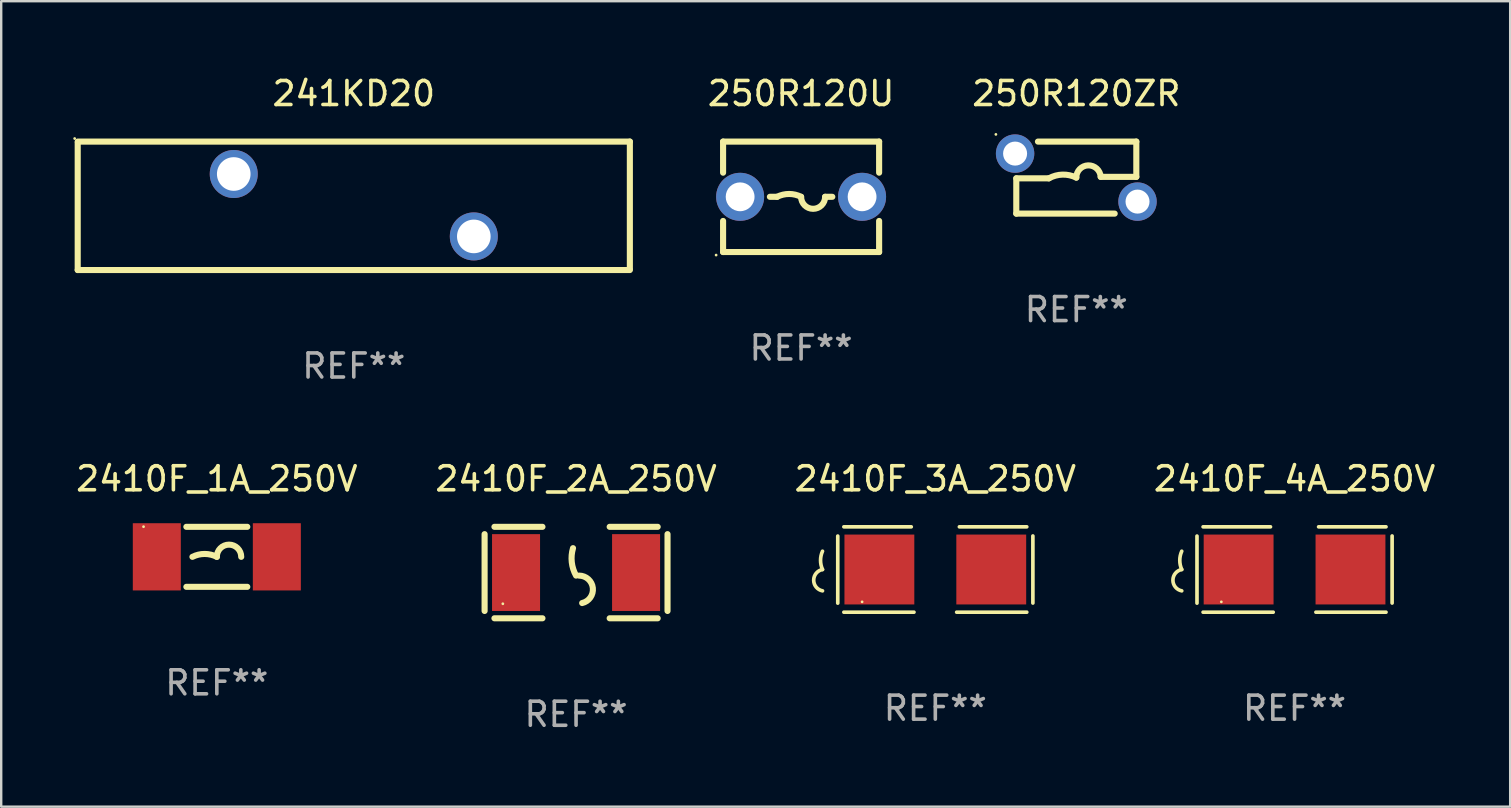
<source format=kicad_pcb>
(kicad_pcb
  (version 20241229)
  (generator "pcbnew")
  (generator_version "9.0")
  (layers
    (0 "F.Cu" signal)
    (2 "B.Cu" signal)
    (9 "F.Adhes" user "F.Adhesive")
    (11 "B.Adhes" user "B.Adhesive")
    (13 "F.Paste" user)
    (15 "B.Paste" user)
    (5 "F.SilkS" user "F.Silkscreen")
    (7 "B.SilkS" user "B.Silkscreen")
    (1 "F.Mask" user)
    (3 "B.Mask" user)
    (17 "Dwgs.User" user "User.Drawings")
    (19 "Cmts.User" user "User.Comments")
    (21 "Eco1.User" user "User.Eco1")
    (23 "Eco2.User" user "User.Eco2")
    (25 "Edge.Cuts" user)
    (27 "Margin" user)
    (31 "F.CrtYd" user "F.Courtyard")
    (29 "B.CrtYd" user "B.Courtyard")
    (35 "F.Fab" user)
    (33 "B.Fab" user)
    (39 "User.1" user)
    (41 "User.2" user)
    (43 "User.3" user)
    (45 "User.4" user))
  (footprint "250R120U"
    (layer "F.Cu")
    (at 30.32 5.148)
    (property "Reference" "250R120U" (at 0 -4.3 0) (layer "F.SilkS") (effects (font (size 1 1) (thickness 0.15))))
    (attr through_hole)
    (fp_line (start -3.25 -2.3) (end -3.25 -1.005) (stroke (width 0.254) (type solid)) (layer "F.SilkS"))
    (fp_line (start -3.25 -2.3) (end 3.25 -2.3) (stroke (width 0.254) (type solid)) (layer "F.SilkS"))
    (fp_line (start -3.25 1.005) (end -3.25 2.3) (stroke (width 0.254) (type solid)) (layer "F.SilkS"))
    (fp_line (start -1 0) (end -1.3 0) (stroke (width 0.254) (type solid)) (layer "F.SilkS"))
    (fp_line (start 1 0) (end 1.3 0) (stroke (width 0.254) (type solid)) (layer "F.SilkS"))
    (fp_line (start 3.25 -2.3) (end 3.25 -1.005) (stroke (width 0.254) (type solid)) (layer "F.SilkS"))
    (fp_line (start 3.25 1.005) (end 3.25 2.3) (stroke (width 0.254) (type solid)) (layer "F.SilkS"))
    (fp_line (start 3.25 2.3) (end -3.25 2.3) (stroke (width 0.254) (type solid)) (layer "F.SilkS"))
    (fp_arc (start -1.000762 0) (mid -0.500381 -0.118151) (end 0 0) (stroke (width 0.254001) (type solid)) (layer "F.SilkS"))
    (fp_arc (start 1.000762 0) (mid 0.500381 0.500127) (end 0 0) (stroke (width 0.254001) (type solid)) (layer "F.SilkS"))
    (fp_circle (center -3.54 2.427) (end -3.51 2.427) (stroke (width 0.06) (type solid)) (fill no) (layer "F.SilkS"))
    (fp_text user "REF**" (at 0 6.3 0) (layer "F.Fab") (effects (font (size 1 1) (thickness 0.15))))
    (pad "1" thru_hole circle (at -2.54 0) (size 2 2) (drill 1.2) (layers "*.Cu" "*.Mask"))
    (pad "2" thru_hole circle (at 2.54 0) (size 2 2) (drill 1.2) (layers "*.Cu" "*.Mask")))
  (footprint "2410F_2A_250V"
    (layer "F.Cu")
    (at 20.946 20.8)
    (property "Reference" "2410F_2A_250V" (at 0 -3.905 0) (layer "F.SilkS") (effects (font (size 1 1) (thickness 0.15))))
    (attr through_hole)
    (fp_line (start -3.81 -1.6) (end -3.81 1.6) (stroke (width 0.254) (type solid)) (layer "F.SilkS"))
    (fp_line (start -3.4 -1.905) (end -1.4 -1.905) (stroke (width 0.254) (type solid)) (layer "F.SilkS"))
    (fp_line (start -3.4 1.905) (end -1.4 1.905) (stroke (width 0.254) (type solid)) (layer "F.SilkS"))
    (fp_line (start 1.4 -1.905) (end 3.4 -1.905) (stroke (width 0.254) (type solid)) (layer "F.SilkS"))
    (fp_line (start 1.4 1.905) (end 3.4 1.905) (stroke (width 0.254) (type solid)) (layer "F.SilkS"))
    (fp_line (start 3.81 -1.6) (end 3.81 1.6) (stroke (width 0.254) (type solid)) (layer "F.SilkS"))
    (fp_arc (start 0 0.127) (mid -0.178599 -0.431712) (end -0.127 -1.016002) (stroke (width 0.254001) (type solid)) (layer "F.SilkS"))
    (fp_arc (start 0.126999 0.127) (mid 0.698883 0.642014) (end 0.254001 1.270003) (stroke (width 0.254001) (type solid)) (layer "F.SilkS"))
    (fp_circle (center -3.05 1.3) (end -3.02 1.3) (stroke (width 0.06) (type solid)) (fill no) (layer "F.SilkS"))
    (fp_text user "REF**" (at 0 5.905 0) (layer "F.Fab") (effects (font (size 1 1) (thickness 0.15))))
    (pad "1" smd rect (at -2.5 0) (size 2 3.2) (layers "F.Cu" "F.Mask" "F.Paste"))
    (pad "2" smd rect (at 2.5 0) (size 2 3.2) (layers "F.Cu" "F.Mask" "F.Paste")))
  (footprint "2410F_3A_250V"
    (layer "F.Cu")
    (at 35.911 20.673)
    (property "Reference" "2410F_3A_250V" (at 0 -3.778 0) (layer "F.SilkS") (effects (font (size 1 1) (thickness 0.15))))
    (attr through_hole)
    (fp_line (start -4.064 -1.393) (end -4.064 1.401) (stroke (width 0.152) (type solid)) (layer "F.SilkS"))
    (fp_line (start -3.81 -1.778) (end -1.002 -1.778) (stroke (width 0.152) (type solid)) (layer "F.SilkS"))
    (fp_line (start -0.889 1.778) (end -3.81 1.778) (stroke (width 0.152) (type solid)) (layer "F.SilkS"))
    (fp_line (start 0.889 1.778) (end 3.81 1.778) (stroke (width 0.152) (type solid)) (layer "F.SilkS"))
    (fp_line (start 3.81 -1.778) (end 1.002 -1.778) (stroke (width 0.152) (type solid)) (layer "F.SilkS"))
    (fp_line (start 4.064 -1.397) (end 4.064 1.397) (stroke (width 0.152) (type solid)) (layer "F.SilkS"))
    (fp_arc (start -4.699009 0) (mid -4.780645 -0.381001) (end -4.699009 -0.762002) (stroke (width 0.151994) (type solid)) (layer "F.SilkS"))
    (fp_arc (start -4.699009 0.889002) (mid -5.066697 0.444501) (end -4.699009 0) (stroke (width 0.151994) (type solid)) (layer "F.SilkS"))
    (fp_circle (center -3.05 1.347) (end -3.02 1.347) (stroke (width 0.06) (type solid)) (fill no) (layer "F.SilkS"))
    (fp_text user "REF**" (at 0 5.778 0) (layer "F.Fab") (effects (font (size 1 1) (thickness 0.15))))
    (pad "1" smd rect (at -2.33 0) (size 2.91 2.911) (layers "F.Cu" "F.Mask" "F.Paste"))
    (pad "2" smd rect (at 2.33 0) (size 2.91 2.911) (layers "F.Cu" "F.Mask" "F.Paste")))
  (footprint "241KD20"
    (layer "F.Cu")
    (at 11.687 5.523)
    (property "Reference" "241KD20" (at 0 -4.675 0) (layer "F.SilkS") (effects (font (size 1 1) (thickness 0.15))))
    (attr through_hole)
    (fp_line (start -11.5 -2.675) (end 11.5 -2.675) (stroke (width 0.254) (type solid)) (layer "F.SilkS"))
    (fp_line (start -11.5 2.675) (end -11.5 -2.625) (stroke (width 0.254) (type solid)) (layer "F.SilkS"))
    (fp_line (start 11.5 -2.675) (end 11.5 2.625) (stroke (width 0.254) (type solid)) (layer "F.SilkS"))
    (fp_line (start 11.5 2.675) (end -11.5 2.675) (stroke (width 0.254) (type solid)) (layer "F.SilkS"))
    (fp_circle (center -11.627 -2.802) (end -11.597 -2.802) (stroke (width 0.06) (type solid)) (fill no) (layer "F.SilkS"))
    (fp_text user "REF**" (at 0 6.675 0) (layer "F.Fab") (effects (font (size 1 1) (thickness 0.15))))
    (pad "1" thru_hole circle (at -5 -1.325) (size 2 2) (drill 1.4) (layers "*.Cu" "*.Mask"))
    (pad "2" thru_hole circle (at 5 1.275) (size 2 2) (drill 1.4) (layers "*.Cu" "*.Mask")))
  (footprint "2410F_1A_250V"
    (layer "F.Cu")
    (at 5.982 20.145)
    (property "Reference" "2410F_1A_250V" (at 0 -3.25 0) (layer "F.SilkS") (effects (font (size 1 1) (thickness 0.15))))
    (attr through_hole)
    (fp_line (start -1.269 -1.25) (end 1.269 -1.25) (stroke (width 0.254) (type solid)) (layer "F.SilkS"))
    (fp_line (start -1.269 1.25) (end 1.269 1.25) (stroke (width 0.254) (type solid)) (layer "F.SilkS"))
    (fp_arc (start -1.016002 0) (mid -0.508001 -0.119923) (end 0 0) (stroke (width 0.254001) (type solid)) (layer "F.SilkS"))
    (fp_arc (start 0 0) (mid 0.508001 -0.508001) (end 1.016002 0) (stroke (width 0.254001) (type solid)) (layer "F.SilkS"))
    (fp_circle (center -3.053 -1.256) (end -3.023 -1.256) (stroke (width 0.06) (type solid)) (fill no) (layer "F.SilkS"))
    (fp_text user "REF**" (at 0 5.25 0) (layer "F.Fab") (effects (font (size 1 1) (thickness 0.15))))
    (pad "1" smd rect (at -2.5 0) (size 2 2.8) (layers "F.Cu" "F.Mask" "F.Paste"))
    (pad "2" smd rect (at 2.5 0) (size 2 2.8) (layers "F.Cu" "F.Mask" "F.Paste")))
  (footprint "250R120ZR"
    (layer "F.Cu")
    (at 41.784 4.348)
    (property "Reference" "250R120ZR" (at 0 -3.5 0) (layer "F.SilkS") (effects (font (size 1 1) (thickness 0.15))))
    (attr through_hole)
    (fp_line (start -2.5 0.031) (end -1.143 0.031) (stroke (width 0.254) (type solid)) (layer "F.SilkS"))
    (fp_line (start -2.5 1.5) (end -2.5 0.031) (stroke (width 0.254) (type solid)) (layer "F.SilkS"))
    (fp_line (start -2.5 1.5) (end 1.599 1.5) (stroke (width 0.254) (type solid)) (layer "F.SilkS"))
    (fp_line (start 2.5 -1.5) (end -1.598 -1.5) (stroke (width 0.254) (type solid)) (layer "F.SilkS"))
    (fp_line (start 2.5 -1.5) (end 2.5 -0.031) (stroke (width 0.254) (type solid)) (layer "F.SilkS"))
    (fp_line (start 2.5 -0.031) (end 1.016 -0.031) (stroke (width 0.254) (type solid)) (layer "F.SilkS"))
    (fp_arc (start -1.143002 0.03114) (mid -0.575311 -0.124289) (end 0 0) (stroke (width 0.254001) (type solid)) (layer "F.SilkS"))
    (fp_arc (start -0.000254 0.000254) (mid 0.492648 -0.508334) (end 1.016002 -0.03114) (stroke (width 0.254001) (type solid)) (layer "F.SilkS"))
    (fp_circle (center -3.35 -1.8) (end -3.32 -1.8) (stroke (width 0.06) (type solid)) (fill no) (layer "F.SilkS"))
    (fp_text user "REF**" (at 0 5.5 0) (layer "F.Fab") (effects (font (size 1 1) (thickness 0.15))))
    (pad "1" thru_hole circle (at -2.55 -1) (size 1.6 1.6) (drill 1) (layers "*.Cu" "*.Mask"))
    (pad "2" thru_hole circle (at 2.55 1) (size 1.6 1.6) (drill 1) (layers "*.Cu" "*.Mask")))
  (footprint "2410F_4A_250V"
    (layer "F.Cu")
    (at 50.875 20.673)
    (property "Reference" "2410F_4A_250V" (at 0 -3.778 0) (layer "F.SilkS") (effects (font (size 1 1) (thickness 0.15))))
    (attr through_hole)
    (fp_line (start -4.064 -1.393) (end -4.064 1.401) (stroke (width 0.152) (type solid)) (layer "F.SilkS"))
    (fp_line (start -3.81 -1.778) (end -1.002 -1.778) (stroke (width 0.152) (type solid)) (layer "F.SilkS"))
    (fp_line (start -0.889 1.778) (end -3.81 1.778) (stroke (width 0.152) (type solid)) (layer "F.SilkS"))
    (fp_line (start 0.889 1.778) (end 3.81 1.778) (stroke (width 0.152) (type solid)) (layer "F.SilkS"))
    (fp_line (start 3.81 -1.778) (end 1.002 -1.778) (stroke (width 0.152) (type solid)) (layer "F.SilkS"))
    (fp_line (start 4.064 -1.397) (end 4.064 1.397) (stroke (width 0.152) (type solid)) (layer "F.SilkS"))
    (fp_arc (start -4.699009 0) (mid -4.780645 -0.381001) (end -4.699009 -0.762002) (stroke (width 0.151994) (type solid)) (layer "F.SilkS"))
    (fp_arc (start -4.699009 0.889002) (mid -5.066697 0.444501) (end -4.699009 0) (stroke (width 0.151994) (type solid)) (layer "F.SilkS"))
    (fp_circle (center -3.05 1.347) (end -3.02 1.347) (stroke (width 0.06) (type solid)) (fill no) (layer "F.SilkS"))
    (fp_text user "REF**" (at 0 5.778 0) (layer "F.Fab") (effects (font (size 1 1) (thickness 0.15))))
    (pad "1" smd rect (at -2.33 0) (size 2.91 2.911) (layers "F.Cu" "F.Mask" "F.Paste"))
    (pad "2" smd rect (at 2.33 0) (size 2.91 2.911) (layers "F.Cu" "F.Mask" "F.Paste")))
  (gr_rect
    (start -3 -3)
    (end 59.857 30.553)
    (stroke (width 0.1) (type default))
    (fill no)
    (layer "Edge.Cuts")))
</source>
